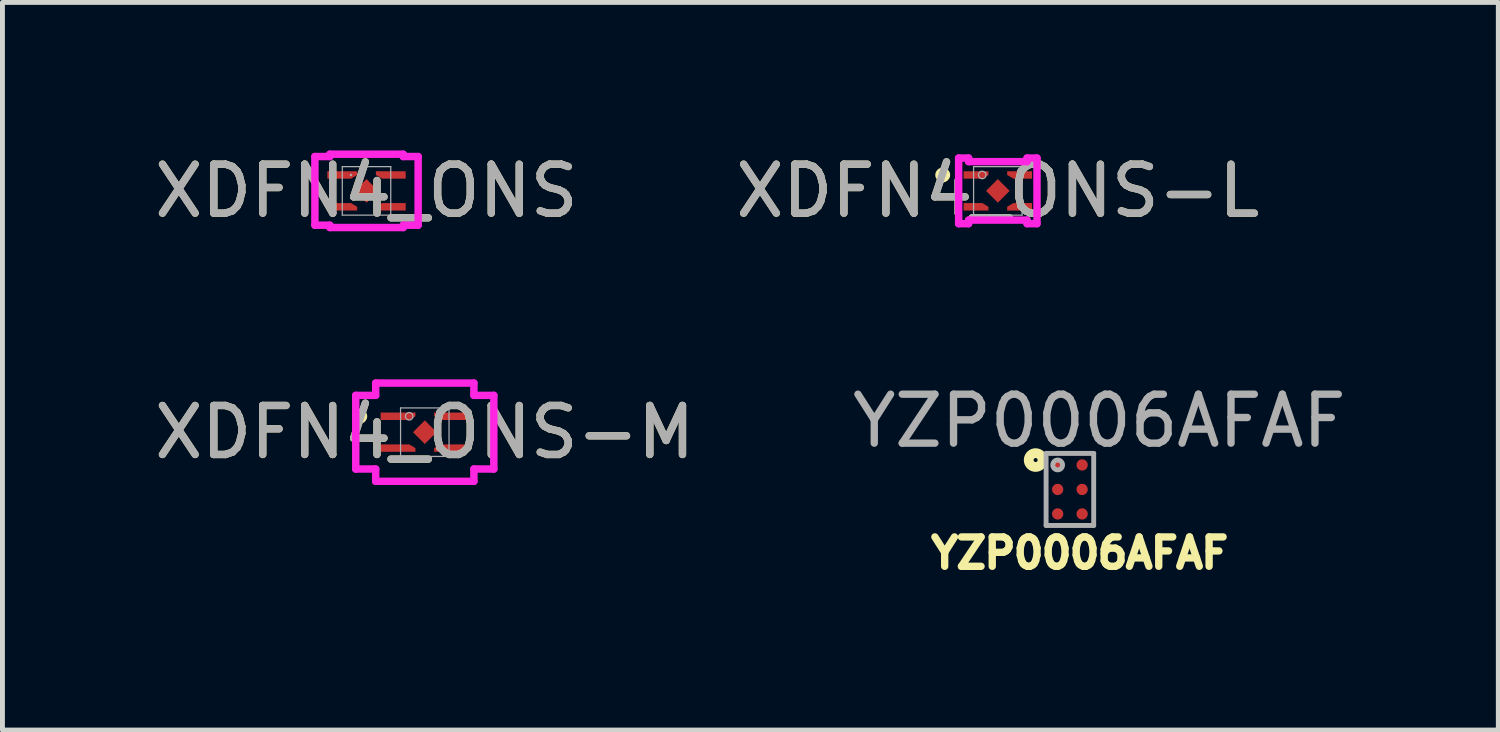
<source format=kicad_pcb>
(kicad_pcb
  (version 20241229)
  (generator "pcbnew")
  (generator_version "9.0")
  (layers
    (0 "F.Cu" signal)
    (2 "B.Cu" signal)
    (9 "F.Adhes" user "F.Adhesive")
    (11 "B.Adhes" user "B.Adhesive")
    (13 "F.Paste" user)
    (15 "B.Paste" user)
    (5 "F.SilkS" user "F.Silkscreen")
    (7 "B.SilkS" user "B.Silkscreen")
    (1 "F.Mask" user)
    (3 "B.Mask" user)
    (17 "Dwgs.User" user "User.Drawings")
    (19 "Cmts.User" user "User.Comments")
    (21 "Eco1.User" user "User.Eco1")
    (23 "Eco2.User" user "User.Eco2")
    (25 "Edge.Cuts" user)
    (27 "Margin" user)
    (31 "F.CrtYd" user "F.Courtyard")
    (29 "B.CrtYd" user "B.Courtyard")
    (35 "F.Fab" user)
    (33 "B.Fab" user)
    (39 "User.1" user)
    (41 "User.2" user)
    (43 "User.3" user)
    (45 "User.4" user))
  (footprint "YZP0006AFAF"
    (layer "F.Cu")
    (at 18.799 6.945)
    (property "Reference" "YZP0006AFAF" (at 0.2 1.3 0) (unlocked yes) (layer "F.SilkS") (effects (font (size 0.6 0.6) (thickness 0.15))))
    (attr smd)
    (fp_circle (center -0.7 -0.6) (end -0.559 -0.6) (stroke (width 0.2) (type default)) (fill no) (layer "F.SilkS"))
    (fp_circle (center -0.325 -0.575) (end -0.3 -0.575) (stroke (width 0.05) (type solid)) (fill no) (layer "F.Paste"))
    (fp_circle (center -0.325 -0.425) (end -0.3 -0.425) (stroke (width 0.05) (type solid)) (fill no) (layer "F.Paste"))
    (fp_circle (center -0.325 -0.075) (end -0.3 -0.075) (stroke (width 0.05) (type solid)) (fill no) (layer "F.Paste"))
    (fp_circle (center -0.325 0.075) (end -0.3 0.075) (stroke (width 0.05) (type solid)) (fill no) (layer "F.Paste"))
    (fp_circle (center -0.325 0.425) (end -0.3 0.425) (stroke (width 0.05) (type solid)) (fill no) (layer "F.Paste"))
    (fp_circle (center -0.325 0.575) (end -0.3 0.575) (stroke (width 0.05) (type solid)) (fill no) (layer "F.Paste"))
    (fp_circle (center -0.175 -0.575) (end -0.15 -0.575) (stroke (width 0.05) (type solid)) (fill no) (layer "F.Paste"))
    (fp_circle (center -0.175 -0.425) (end -0.15 -0.425) (stroke (width 0.05) (type solid)) (fill no) (layer "F.Paste"))
    (fp_circle (center -0.175 -0.075) (end -0.15 -0.075) (stroke (width 0.05) (type solid)) (fill no) (layer "F.Paste"))
    (fp_circle (center -0.175 0.075) (end -0.15 0.075) (stroke (width 0.05) (type solid)) (fill no) (layer "F.Paste"))
    (fp_circle (center -0.175 0.425) (end -0.15 0.425) (stroke (width 0.05) (type solid)) (fill no) (layer "F.Paste"))
    (fp_circle (center -0.175 0.575) (end -0.15 0.575) (stroke (width 0.05) (type solid)) (fill no) (layer "F.Paste"))
    (fp_circle (center 0.175 -0.575) (end 0.2 -0.575) (stroke (width 0.05) (type solid)) (fill no) (layer "F.Paste"))
    (fp_circle (center 0.175 -0.425) (end 0.2 -0.425) (stroke (width 0.05) (type solid)) (fill no) (layer "F.Paste"))
    (fp_circle (center 0.175 -0.075) (end 0.2 -0.075) (stroke (width 0.05) (type solid)) (fill no) (layer "F.Paste"))
    (fp_circle (center 0.175 0.075) (end 0.2 0.075) (stroke (width 0.05) (type solid)) (fill no) (layer "F.Paste"))
    (fp_circle (center 0.175 0.425) (end 0.2 0.425) (stroke (width 0.05) (type solid)) (fill no) (layer "F.Paste"))
    (fp_circle (center 0.175 0.575) (end 0.2 0.575) (stroke (width 0.05) (type solid)) (fill no) (layer "F.Paste"))
    (fp_circle (center 0.325 -0.575) (end 0.35 -0.575) (stroke (width 0.05) (type solid)) (fill no) (layer "F.Paste"))
    (fp_circle (center 0.325 -0.425) (end 0.35 -0.425) (stroke (width 0.05) (type solid)) (fill no) (layer "F.Paste"))
    (fp_circle (center 0.325 -0.075) (end 0.35 -0.075) (stroke (width 0.05) (type solid)) (fill no) (layer "F.Paste"))
    (fp_circle (center 0.325 0.075) (end 0.35 0.075) (stroke (width 0.05) (type solid)) (fill no) (layer "F.Paste"))
    (fp_circle (center 0.325 0.425) (end 0.35 0.425) (stroke (width 0.05) (type solid)) (fill no) (layer "F.Paste"))
    (fp_circle (center 0.325 0.575) (end 0.35 0.575) (stroke (width 0.05) (type solid)) (fill no) (layer "F.Paste"))
    (fp_poly (pts (xy -0.375 -0.425) (xy -0.125 -0.425) (xy -0.125 -0.575) (xy -0.375 -0.575)) (stroke (width 0) (type solid)) (fill yes) (layer "F.Paste"))
    (fp_poly (pts (xy -0.375 0.075) (xy -0.125 0.075) (xy -0.125 -0.075) (xy -0.375 -0.075)) (stroke (width 0) (type solid)) (fill yes) (layer "F.Paste"))
    (fp_poly (pts (xy -0.375 0.575) (xy -0.125 0.575) (xy -0.125 0.425) (xy -0.375 0.425)) (stroke (width 0) (type solid)) (fill yes) (layer "F.Paste"))
    (fp_poly (pts (xy -0.175 -0.375) (xy -0.175 -0.625) (xy -0.325 -0.625) (xy -0.325 -0.375)) (stroke (width 0) (type solid)) (fill yes) (layer "F.Paste"))
    (fp_poly (pts (xy -0.175 0.125) (xy -0.175 -0.125) (xy -0.325 -0.125) (xy -0.325 0.125)) (stroke (width 0) (type solid)) (fill yes) (layer "F.Paste"))
    (fp_poly (pts (xy -0.175 0.625) (xy -0.175 0.375) (xy -0.325 0.375) (xy -0.325 0.625)) (stroke (width 0) (type solid)) (fill yes) (layer "F.Paste"))
    (fp_poly (pts (xy 0.125 -0.425) (xy 0.375 -0.425) (xy 0.375 -0.575) (xy 0.125 -0.575)) (stroke (width 0) (type solid)) (fill yes) (layer "F.Paste"))
    (fp_poly (pts (xy 0.125 0.075) (xy 0.375 0.075) (xy 0.375 -0.075) (xy 0.125 -0.075)) (stroke (width 0) (type solid)) (fill yes) (layer "F.Paste"))
    (fp_poly (pts (xy 0.125 0.575) (xy 0.375 0.575) (xy 0.375 0.425) (xy 0.125 0.425)) (stroke (width 0) (type solid)) (fill yes) (layer "F.Paste"))
    (fp_poly (pts (xy 0.325 -0.375) (xy 0.325 -0.625) (xy 0.175 -0.625) (xy 0.175 -0.375)) (stroke (width 0) (type solid)) (fill yes) (layer "F.Paste"))
    (fp_poly (pts (xy 0.325 0.125) (xy 0.325 -0.125) (xy 0.175 -0.125) (xy 0.175 0.125)) (stroke (width 0) (type solid)) (fill yes) (layer "F.Paste"))
    (fp_poly (pts (xy 0.325 0.625) (xy 0.325 0.375) (xy 0.175 0.375) (xy 0.175 0.625)) (stroke (width 0) (type solid)) (fill yes) (layer "F.Paste"))
    (fp_line (start -0.486 -0.736) (end 0.486 -0.736) (stroke (width 0.1) (type solid)) (layer "F.Fab"))
    (fp_line (start -0.486 0.736) (end -0.486 -0.736) (stroke (width 0.1) (type solid)) (layer "F.Fab"))
    (fp_line (start -0.486 0.736) (end 0.486 0.736) (stroke (width 0.1) (type solid)) (layer "F.Fab"))
    (fp_line (start 0.486 0.736) (end 0.486 -0.736) (stroke (width 0.1) (type solid)) (layer "F.Fab"))
    (fp_circle (center -0.25 -0.5) (end -0.15 -0.5) (stroke (width 0.1) (type solid)) (fill no) (layer "F.Fab"))
    (fp_text user "${REFERENCE}" (at 0.6 -1.4 0) (unlocked yes) (layer "F.Fab") (effects (font (size 1 1) (thickness 0.15))))
    (pad "A1" smd circle (at -0.25 -0.5) (size 0.23 0.23) (layers "F.Cu" "F.Mask"))
    (pad "A2" smd circle (at 0.25 -0.5) (size 0.23 0.23) (layers "F.Cu" "F.Mask"))
    (pad "B1" smd circle (at -0.25 -0.000003) (size 0.23 0.23) (layers "F.Cu" "F.Mask"))
    (pad "B2" smd circle (at 0.25 -0.000003) (size 0.23 0.23) (layers "F.Cu" "F.Mask"))
    (pad "C1" smd circle (at -0.25 0.5) (size 0.23 0.23) (layers "F.Cu" "F.Mask"))
    (pad "C2" smd circle (at 0.25 0.5) (size 0.23 0.23) (layers "F.Cu" "F.Mask")))
  (footprint "XDFN4_ONS-M"
    (layer "F.Cu")
    (at 5.625 5.776)
    (property "Reference" "XDFN4_ONS-M" (at 0 0 0) (unlocked yes) (layer "F.SilkS") (effects (font (size 1 1) (thickness 0.15))))
    (attr smd)
    (fp_poly (pts (xy 0 -0.241) (xy -0.241 0) (xy 0 0.241) (xy 0.241 0)) (stroke (width 0) (type solid)) (fill yes) (layer "F.Cu"))
    (fp_poly (pts (xy -0.902 -0.401) (xy -0.902 -0.249) (xy -0.318 -0.249) (xy -0.191 -0.325) (xy -0.191 -0.401)) (stroke (width 0) (type solid)) (fill yes) (layer "F.Cu"))
    (fp_poly (pts (xy -0.902 0.249) (xy -0.902 0.401) (xy -0.191 0.401) (xy -0.191 0.325) (xy -0.318 0.249)) (stroke (width 0) (type solid)) (fill yes) (layer "F.Cu"))
    (fp_poly (pts (xy 0.902 -0.401) (xy 0.902 -0.249) (xy 0.318 -0.249) (xy 0.191 -0.325) (xy 0.191 -0.401)) (stroke (width 0) (type solid)) (fill yes) (layer "F.Cu"))
    (fp_poly (pts (xy 0.902 0.249) (xy 0.902 0.401) (xy 0.191 0.401) (xy 0.191 0.325) (xy 0.318 0.249)) (stroke (width 0) (type solid)) (fill yes) (layer "F.Cu"))
    (fp_poly (pts (xy 0 -0.241) (xy -0.241 0) (xy 0 0.241) (xy 0.241 0)) (stroke (width 0) (type solid)) (fill yes) (layer "F.Mask"))
    (fp_poly (pts (xy -0.902 -0.401) (xy -0.902 -0.249) (xy -0.318 -0.249) (xy -0.191 -0.325) (xy -0.191 -0.401)) (stroke (width 0) (type solid)) (fill yes) (layer "F.Mask"))
    (fp_poly (pts (xy -0.902 0.249) (xy -0.902 0.401) (xy -0.191 0.401) (xy -0.191 0.325) (xy -0.318 0.249)) (stroke (width 0) (type solid)) (fill yes) (layer "F.Mask"))
    (fp_poly (pts (xy 0.902 -0.401) (xy 0.902 -0.249) (xy 0.318 -0.249) (xy 0.191 -0.325) (xy 0.191 -0.401)) (stroke (width 0) (type solid)) (fill yes) (layer "F.Mask"))
    (fp_poly (pts (xy 0.902 0.249) (xy 0.902 0.401) (xy 0.191 0.401) (xy 0.191 0.325) (xy 0.318 0.249)) (stroke (width 0) (type solid)) (fill yes) (layer "F.Mask"))
    (fp_circle (center -1.328 -0.325) (end -1.252 -0.325) (stroke (width 0.152) (type solid)) (fill no) (layer "F.SilkS"))
    (fp_poly (pts (xy 0 -0.241) (xy -0.241 0) (xy 0 0.241) (xy 0.241 0)) (stroke (width 0) (type solid)) (fill yes) (layer "F.Paste"))
    (fp_poly (pts (xy -0.902 -0.401) (xy -0.902 -0.249) (xy -0.318 -0.249) (xy -0.191 -0.325) (xy -0.191 -0.401)) (stroke (width 0) (type solid)) (fill yes) (layer "F.Paste"))
    (fp_poly (pts (xy -0.902 0.249) (xy -0.902 0.401) (xy -0.191 0.401) (xy -0.191 0.325) (xy -0.318 0.249)) (stroke (width 0) (type solid)) (fill yes) (layer "F.Paste"))
    (fp_poly (pts (xy 0.902 -0.401) (xy 0.902 -0.249) (xy 0.318 -0.249) (xy 0.191 -0.325) (xy 0.191 -0.401)) (stroke (width 0) (type solid)) (fill yes) (layer "F.Paste"))
    (fp_poly (pts (xy 0.902 0.249) (xy 0.902 0.401) (xy 0.191 0.401) (xy 0.191 0.325) (xy 0.318 0.249)) (stroke (width 0) (type solid)) (fill yes) (layer "F.Paste"))
    (fp_line (start -1.41 -0.752) (end -1.003 -0.752) (stroke (width 0.152) (type solid)) (layer "F.CrtYd"))
    (fp_line (start -1.41 0.752) (end -1.41 -0.752) (stroke (width 0.152) (type solid)) (layer "F.CrtYd"))
    (fp_line (start -1.41 0.752) (end -1.003 0.752) (stroke (width 0.152) (type solid)) (layer "F.CrtYd"))
    (fp_line (start -1.003 -1.003) (end 1.003 -1.003) (stroke (width 0.152) (type solid)) (layer "F.CrtYd"))
    (fp_line (start -1.003 -0.752) (end -1.003 -1.003) (stroke (width 0.152) (type solid)) (layer "F.CrtYd"))
    (fp_line (start -1.003 1.003) (end -1.003 0.752) (stroke (width 0.152) (type solid)) (layer "F.CrtYd"))
    (fp_line (start 1.003 -1.003) (end 1.003 -0.752) (stroke (width 0.152) (type solid)) (layer "F.CrtYd"))
    (fp_line (start 1.003 0.752) (end 1.003 1.003) (stroke (width 0.152) (type solid)) (layer "F.CrtYd"))
    (fp_line (start 1.003 1.003) (end -1.003 1.003) (stroke (width 0.152) (type solid)) (layer "F.CrtYd"))
    (fp_line (start 1.41 -0.752) (end 1.003 -0.752) (stroke (width 0.152) (type solid)) (layer "F.CrtYd"))
    (fp_line (start 1.41 -0.752) (end 1.41 0.752) (stroke (width 0.152) (type solid)) (layer "F.CrtYd"))
    (fp_line (start 1.41 0.752) (end 1.003 0.752) (stroke (width 0.152) (type solid)) (layer "F.CrtYd"))
    (fp_line (start -0.495 -0.495) (end -0.495 0.495) (stroke (width 0.025) (type solid)) (layer "F.Fab"))
    (fp_line (start -0.495 0.495) (end 0.495 0.495) (stroke (width 0.025) (type solid)) (layer "F.Fab"))
    (fp_line (start 0.495 -0.495) (end -0.495 -0.495) (stroke (width 0.025) (type solid)) (layer "F.Fab"))
    (fp_line (start 0.495 0.495) (end 0.495 -0.495) (stroke (width 0.025) (type solid)) (layer "F.Fab"))
    (fp_circle (center -0.318 -0.325) (end -0.241 -0.325) (stroke (width 0.025) (type solid)) (fill no) (layer "F.Fab"))
    (fp_text user "${REFERENCE}" (at 0 0 0) (unlocked yes) (layer "F.Fab") (effects (font (size 1 1) (thickness 0.15))))
    (pad "1" smd rect (at -0.546 -0.325) (size 0.025 0.025) (layers "F.Cu" "F.Mask" "F.Paste"))
    (pad "2" smd rect (at -0.546 0.325) (size 0.025 0.025) (layers "F.Cu" "F.Mask" "F.Paste"))
    (pad "3" smd rect (at 0.546 0.325) (size 0.025 0.025) (layers "F.Cu" "F.Mask" "F.Paste"))
    (pad "4" smd rect (at 0.546 -0.325) (size 0.025 0.025) (layers "F.Cu" "F.Mask" "F.Paste"))
    (pad "5" smd rect (at 0 0) (size 0.025 0.025) (layers "F.Cu" "F.Mask" "F.Paste")))
  (footprint "XDFN4_ONS"
    (layer "F.Cu")
    (at 4.435 0.848)
    (property "Reference" "XDFN4_ONS" (at 0 0 0) (unlocked yes) (layer "F.SilkS") (effects (font (size 1 1) (thickness 0.15))))
    (attr smd)
    (fp_poly (pts (xy 0 -0.241) (xy -0.241 0) (xy 0 0.241) (xy 0.241 0)) (stroke (width 0) (type solid)) (fill yes) (layer "F.Cu"))
    (fp_poly (pts (xy -0.8 -0.401) (xy -0.8 -0.249) (xy -0.318 -0.249) (xy -0.191 -0.325) (xy -0.191 -0.401)) (stroke (width 0) (type solid)) (fill yes) (layer "F.Cu"))
    (fp_poly (pts (xy -0.8 0.249) (xy -0.8 0.401) (xy -0.191 0.401) (xy -0.191 0.325) (xy -0.318 0.249)) (stroke (width 0) (type solid)) (fill yes) (layer "F.Cu"))
    (fp_poly (pts (xy 0.8 -0.401) (xy 0.8 -0.249) (xy 0.318 -0.249) (xy 0.191 -0.325) (xy 0.191 -0.401)) (stroke (width 0) (type solid)) (fill yes) (layer "F.Cu"))
    (fp_poly (pts (xy 0.8 0.249) (xy 0.8 0.401) (xy 0.191 0.401) (xy 0.191 0.325) (xy 0.318 0.249)) (stroke (width 0) (type solid)) (fill yes) (layer "F.Cu"))
    (fp_poly (pts (xy 0 -0.241) (xy -0.241 0) (xy 0 0.241) (xy 0.241 0)) (stroke (width 0) (type solid)) (fill yes) (layer "F.Mask"))
    (fp_poly (pts (xy -0.8 -0.401) (xy -0.8 -0.249) (xy -0.318 -0.249) (xy -0.191 -0.325) (xy -0.191 -0.401)) (stroke (width 0) (type solid)) (fill yes) (layer "F.Mask"))
    (fp_poly (pts (xy -0.8 0.249) (xy -0.8 0.401) (xy -0.191 0.401) (xy -0.191 0.325) (xy -0.318 0.249)) (stroke (width 0) (type solid)) (fill yes) (layer "F.Mask"))
    (fp_poly (pts (xy 0.8 -0.401) (xy 0.8 -0.249) (xy 0.318 -0.249) (xy 0.191 -0.325) (xy 0.191 -0.401)) (stroke (width 0) (type solid)) (fill yes) (layer "F.Mask"))
    (fp_poly (pts (xy 0.8 0.249) (xy 0.8 0.401) (xy 0.191 0.401) (xy 0.191 0.325) (xy 0.318 0.249)) (stroke (width 0) (type solid)) (fill yes) (layer "F.Mask"))
    (fp_poly (pts (xy 0 -0.241) (xy -0.241 0) (xy 0 0.241) (xy 0.241 0)) (stroke (width 0) (type solid)) (fill yes) (layer "F.Paste"))
    (fp_poly (pts (xy -0.8 -0.401) (xy -0.8 -0.249) (xy -0.318 -0.249) (xy -0.191 -0.325) (xy -0.191 -0.401)) (stroke (width 0) (type solid)) (fill yes) (layer "F.Paste"))
    (fp_poly (pts (xy -0.8 0.249) (xy -0.8 0.401) (xy -0.191 0.401) (xy -0.191 0.325) (xy -0.318 0.249)) (stroke (width 0) (type solid)) (fill yes) (layer "F.Paste"))
    (fp_poly (pts (xy 0.8 -0.401) (xy 0.8 -0.249) (xy 0.318 -0.249) (xy 0.191 -0.325) (xy 0.191 -0.401)) (stroke (width 0) (type solid)) (fill yes) (layer "F.Paste"))
    (fp_poly (pts (xy 0.8 0.249) (xy 0.8 0.401) (xy 0.191 0.401) (xy 0.191 0.325) (xy 0.318 0.249)) (stroke (width 0) (type solid)) (fill yes) (layer "F.Paste"))
    (fp_line (start -1.054 -0.701) (end -0.749 -0.701) (stroke (width 0.152) (type solid)) (layer "F.CrtYd"))
    (fp_line (start -1.054 0.701) (end -1.054 -0.701) (stroke (width 0.152) (type solid)) (layer "F.CrtYd"))
    (fp_line (start -1.054 0.701) (end -0.749 0.701) (stroke (width 0.152) (type solid)) (layer "F.CrtYd"))
    (fp_line (start -0.749 -0.749) (end 0.749 -0.749) (stroke (width 0.152) (type solid)) (layer "F.CrtYd"))
    (fp_line (start -0.749 -0.701) (end -0.749 -0.749) (stroke (width 0.152) (type solid)) (layer "F.CrtYd"))
    (fp_line (start -0.749 0.749) (end -0.749 0.701) (stroke (width 0.152) (type solid)) (layer "F.CrtYd"))
    (fp_line (start 0.749 -0.749) (end 0.749 -0.701) (stroke (width 0.152) (type solid)) (layer "F.CrtYd"))
    (fp_line (start 0.749 0.701) (end 0.749 0.749) (stroke (width 0.152) (type solid)) (layer "F.CrtYd"))
    (fp_line (start 0.749 0.749) (end -0.749 0.749) (stroke (width 0.152) (type solid)) (layer "F.CrtYd"))
    (fp_line (start 1.054 -0.701) (end 0.749 -0.701) (stroke (width 0.152) (type solid)) (layer "F.CrtYd"))
    (fp_line (start 1.054 -0.701) (end 1.054 0.701) (stroke (width 0.152) (type solid)) (layer "F.CrtYd"))
    (fp_line (start 1.054 0.701) (end 0.749 0.701) (stroke (width 0.152) (type solid)) (layer "F.CrtYd"))
    (fp_line (start -0.495 -0.495) (end -0.495 0.495) (stroke (width 0.025) (type solid)) (layer "F.Fab"))
    (fp_line (start -0.495 0.495) (end 0.495 0.495) (stroke (width 0.025) (type solid)) (layer "F.Fab"))
    (fp_line (start 0.495 -0.495) (end -0.495 -0.495) (stroke (width 0.025) (type solid)) (layer "F.Fab"))
    (fp_line (start 0.495 0.495) (end 0.495 -0.495) (stroke (width 0.025) (type solid)) (layer "F.Fab"))
    (fp_circle (center -0.318 -0.325) (end -0.318 -0.325) (stroke (width 0.025) (type solid)) (fill no) (layer "F.Fab"))
    (fp_text user "${REFERENCE}" (at 0 0 0) (unlocked yes) (layer "F.Fab") (effects (font (size 1 1) (thickness 0.15))))
    (pad "1" smd rect (at -0.495 -0.325) (size 0.025 0.025) (layers "F.Cu" "F.Mask" "F.Paste"))
    (pad "2" smd rect (at -0.495 0.325) (size 0.025 0.025) (layers "F.Cu" "F.Mask" "F.Paste"))
    (pad "3" smd rect (at 0.495 0.325) (size 0.025 0.025) (layers "F.Cu" "F.Mask" "F.Paste"))
    (pad "4" smd rect (at 0.495 -0.325) (size 0.025 0.025) (layers "F.Cu" "F.Mask" "F.Paste"))
    (pad "5" smd rect (at 0 0) (size 0.025 0.025) (layers "F.Cu" "F.Mask" "F.Paste")))
  (footprint "XDFN4_ONS-L"
    (layer "F.Cu")
    (at 17.327 0.848)
    (property "Reference" "XDFN4_ONS-L" (at 0 0 0) (unlocked yes) (layer "F.SilkS") (effects (font (size 1 1) (thickness 0.15))))
    (attr smd)
    (fp_poly (pts (xy 0 -0.241) (xy -0.241 0) (xy 0 0.241) (xy 0.241 0)) (stroke (width 0) (type solid)) (fill yes) (layer "F.Cu"))
    (fp_poly (pts (xy -0.699 -0.401) (xy -0.699 -0.249) (xy -0.318 -0.249) (xy -0.191 -0.325) (xy -0.191 -0.401)) (stroke (width 0) (type solid)) (fill yes) (layer "F.Cu"))
    (fp_poly (pts (xy -0.699 0.249) (xy -0.699 0.401) (xy -0.191 0.401) (xy -0.191 0.325) (xy -0.318 0.249)) (stroke (width 0) (type solid)) (fill yes) (layer "F.Cu"))
    (fp_poly (pts (xy 0.699 -0.401) (xy 0.699 -0.249) (xy 0.318 -0.249) (xy 0.191 -0.325) (xy 0.191 -0.401)) (stroke (width 0) (type solid)) (fill yes) (layer "F.Cu"))
    (fp_poly (pts (xy 0.699 0.249) (xy 0.699 0.401) (xy 0.191 0.401) (xy 0.191 0.325) (xy 0.318 0.249)) (stroke (width 0) (type solid)) (fill yes) (layer "F.Cu"))
    (fp_poly (pts (xy 0 -0.241) (xy -0.241 0) (xy 0 0.241) (xy 0.241 0)) (stroke (width 0) (type solid)) (fill yes) (layer "F.Mask"))
    (fp_poly (pts (xy -0.699 -0.401) (xy -0.699 -0.249) (xy -0.318 -0.249) (xy -0.191 -0.325) (xy -0.191 -0.401)) (stroke (width 0) (type solid)) (fill yes) (layer "F.Mask"))
    (fp_poly (pts (xy -0.699 0.249) (xy -0.699 0.401) (xy -0.191 0.401) (xy -0.191 0.325) (xy -0.318 0.249)) (stroke (width 0) (type solid)) (fill yes) (layer "F.Mask"))
    (fp_poly (pts (xy 0.699 -0.401) (xy 0.699 -0.249) (xy 0.318 -0.249) (xy 0.191 -0.325) (xy 0.191 -0.401)) (stroke (width 0) (type solid)) (fill yes) (layer "F.Mask"))
    (fp_poly (pts (xy 0.699 0.249) (xy 0.699 0.401) (xy 0.191 0.401) (xy 0.191 0.325) (xy 0.318 0.249)) (stroke (width 0) (type solid)) (fill yes) (layer "F.Mask"))
    (fp_circle (center -1.125 -0.325) (end -1.049 -0.325) (stroke (width 0.152) (type solid)) (fill no) (layer "F.SilkS"))
    (fp_poly (pts (xy 0 -0.241) (xy -0.241 0) (xy 0 0.241) (xy 0.241 0)) (stroke (width 0) (type solid)) (fill yes) (layer "F.Paste"))
    (fp_poly (pts (xy -0.699 -0.401) (xy -0.699 -0.249) (xy -0.318 -0.249) (xy -0.191 -0.325) (xy -0.191 -0.401)) (stroke (width 0) (type solid)) (fill yes) (layer "F.Paste"))
    (fp_poly (pts (xy -0.699 0.249) (xy -0.699 0.401) (xy -0.191 0.401) (xy -0.191 0.325) (xy -0.318 0.249)) (stroke (width 0) (type solid)) (fill yes) (layer "F.Paste"))
    (fp_poly (pts (xy 0.699 -0.401) (xy 0.699 -0.249) (xy 0.318 -0.249) (xy 0.191 -0.325) (xy 0.191 -0.401)) (stroke (width 0) (type solid)) (fill yes) (layer "F.Paste"))
    (fp_poly (pts (xy 0.699 0.249) (xy 0.699 0.401) (xy 0.191 0.401) (xy 0.191 0.325) (xy 0.318 0.249)) (stroke (width 0) (type solid)) (fill yes) (layer "F.Paste"))
    (fp_line (start -0.8 -0.67) (end -0.597 -0.67) (stroke (width 0.152) (type solid)) (layer "F.CrtYd"))
    (fp_line (start -0.8 0.67) (end -0.8 -0.67) (stroke (width 0.152) (type solid)) (layer "F.CrtYd"))
    (fp_line (start -0.8 0.67) (end -0.597 0.67) (stroke (width 0.152) (type solid)) (layer "F.CrtYd"))
    (fp_line (start -0.597 -0.67) (end -0.597 -0.597) (stroke (width 0.152) (type solid)) (layer "F.CrtYd"))
    (fp_line (start -0.597 -0.597) (end 0.597 -0.597) (stroke (width 0.152) (type solid)) (layer "F.CrtYd"))
    (fp_line (start -0.597 0.597) (end -0.597 0.67) (stroke (width 0.152) (type solid)) (layer "F.CrtYd"))
    (fp_line (start 0.597 -0.597) (end 0.597 -0.67) (stroke (width 0.152) (type solid)) (layer "F.CrtYd"))
    (fp_line (start 0.597 0.597) (end -0.597 0.597) (stroke (width 0.152) (type solid)) (layer "F.CrtYd"))
    (fp_line (start 0.597 0.67) (end 0.597 0.597) (stroke (width 0.152) (type solid)) (layer "F.CrtYd"))
    (fp_line (start 0.8 -0.67) (end 0.597 -0.67) (stroke (width 0.152) (type solid)) (layer "F.CrtYd"))
    (fp_line (start 0.8 -0.67) (end 0.8 0.67) (stroke (width 0.152) (type solid)) (layer "F.CrtYd"))
    (fp_line (start 0.8 0.67) (end 0.597 0.67) (stroke (width 0.152) (type solid)) (layer "F.CrtYd"))
    (fp_line (start -0.495 -0.495) (end -0.495 0.495) (stroke (width 0.025) (type solid)) (layer "F.Fab"))
    (fp_line (start -0.495 0.495) (end 0.495 0.495) (stroke (width 0.025) (type solid)) (layer "F.Fab"))
    (fp_line (start 0.495 -0.495) (end -0.495 -0.495) (stroke (width 0.025) (type solid)) (layer "F.Fab"))
    (fp_line (start 0.495 0.495) (end 0.495 -0.495) (stroke (width 0.025) (type solid)) (layer "F.Fab"))
    (fp_circle (center -0.318 -0.325) (end -0.241 -0.325) (stroke (width 0.025) (type solid)) (fill no) (layer "F.Fab"))
    (fp_text user "${REFERENCE}" (at 0 0 0) (unlocked yes) (layer "F.Fab") (effects (font (size 1 1) (thickness 0.15))))
    (pad "1" smd rect (at -0.445 -0.325) (size 0.025 0.025) (layers "F.Cu" "F.Mask" "F.Paste"))
    (pad "2" smd rect (at -0.445 0.325) (size 0.025 0.025) (layers "F.Cu" "F.Mask" "F.Paste"))
    (pad "3" smd rect (at 0.445 0.325) (size 0.025 0.025) (layers "F.Cu" "F.Mask" "F.Paste"))
    (pad "4" smd rect (at 0.445 -0.325) (size 0.025 0.025) (layers "F.Cu" "F.Mask" "F.Paste"))
    (pad "5" smd rect (at 0 0) (size 0.025 0.025) (layers "F.Cu" "F.Mask" "F.Paste")))
  (gr_rect
    (start -3 -3)
    (end 27.548 11.859)
    (stroke (width 0.1) (type default))
    (fill no)
    (layer "Edge.Cuts")))
</source>
